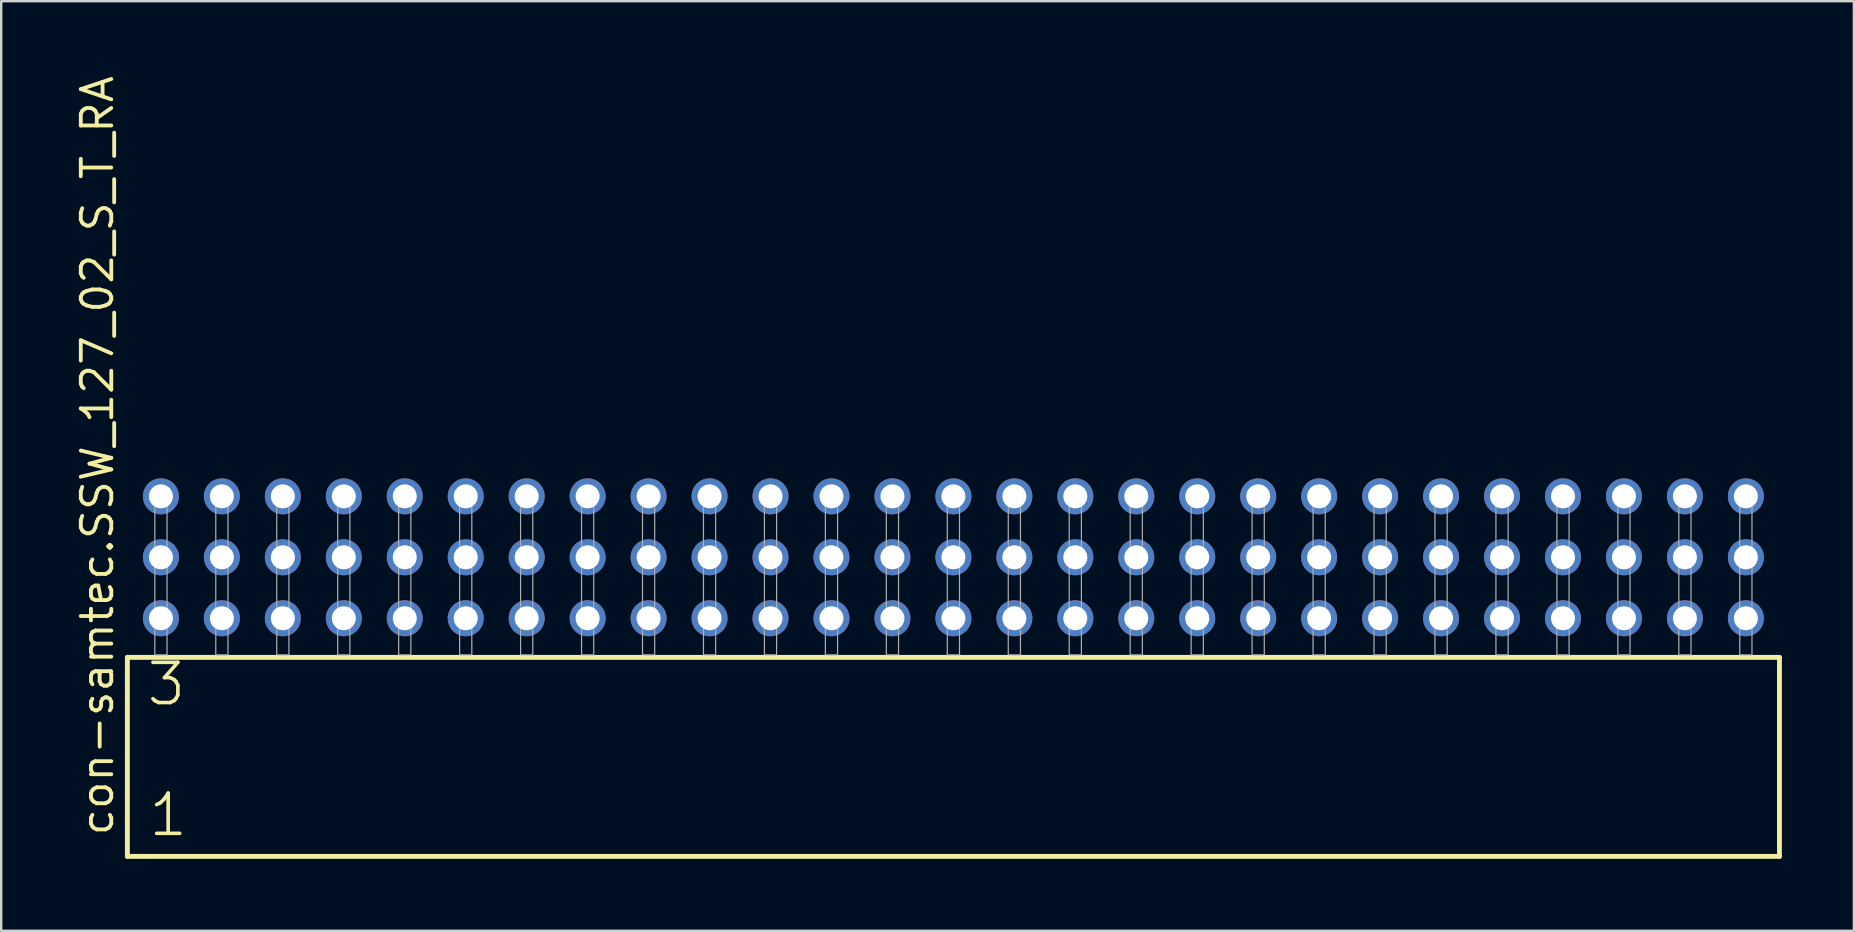
<source format=kicad_pcb>
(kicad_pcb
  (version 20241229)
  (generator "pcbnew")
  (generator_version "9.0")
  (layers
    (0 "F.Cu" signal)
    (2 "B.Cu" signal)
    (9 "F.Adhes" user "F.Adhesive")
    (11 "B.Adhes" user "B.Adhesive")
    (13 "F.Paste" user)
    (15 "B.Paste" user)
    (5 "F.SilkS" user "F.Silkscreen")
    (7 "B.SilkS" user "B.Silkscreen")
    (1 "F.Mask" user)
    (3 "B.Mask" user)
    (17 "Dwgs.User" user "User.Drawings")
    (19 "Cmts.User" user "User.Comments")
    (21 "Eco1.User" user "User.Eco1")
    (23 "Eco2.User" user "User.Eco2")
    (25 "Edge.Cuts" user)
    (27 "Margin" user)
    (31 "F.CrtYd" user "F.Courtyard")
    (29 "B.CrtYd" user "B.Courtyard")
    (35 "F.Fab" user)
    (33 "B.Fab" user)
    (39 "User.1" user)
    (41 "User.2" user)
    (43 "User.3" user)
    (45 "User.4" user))
  (footprint "con-samtec.SSW_127_02_S_T_RA"
    (layer "F.Cu")
    (at 36.675 24.235)
    (property "Reference" "con-samtec.SSW_127_02_S_T_RA" (at -34.925 7.62 90) (layer "F.SilkS") (effects (font (size 1.27 1.27) (thickness 0.16)) (justify left bottom)))
    (attr through_hole)
    (fp_line (start -34.419 0.106) (end -34.419 8.396) (stroke (width 0.203) (type default)) (layer "F.SilkS"))
    (fp_line (start -34.419 8.396) (end 34.419 8.396) (stroke (width 0.203) (type default)) (layer "F.SilkS"))
    (fp_line (start 34.419 0.106) (end -34.419 0.106) (stroke (width 0.203) (type default)) (layer "F.SilkS"))
    (fp_line (start 34.419 8.396) (end 34.419 0.106) (stroke (width 0.203) (type default)) (layer "F.SilkS"))
    (fp_rect (start -33.274 0) (end -32.766 -6.858) (stroke (width 0.05) (type default)) (fill no) (layer "F.Fab"))
    (fp_rect (start -30.734 0) (end -30.226 -6.858) (stroke (width 0.05) (type default)) (fill no) (layer "F.Fab"))
    (fp_rect (start -28.194 0) (end -27.686 -6.858) (stroke (width 0.05) (type default)) (fill no) (layer "F.Fab"))
    (fp_rect (start -25.654 0) (end -25.146 -6.858) (stroke (width 0.05) (type default)) (fill no) (layer "F.Fab"))
    (fp_rect (start -23.114 0) (end -22.606 -6.858) (stroke (width 0.05) (type default)) (fill no) (layer "F.Fab"))
    (fp_rect (start -20.574 0) (end -20.066 -6.858) (stroke (width 0.05) (type default)) (fill no) (layer "F.Fab"))
    (fp_rect (start -18.034 0) (end -17.526 -6.858) (stroke (width 0.05) (type default)) (fill no) (layer "F.Fab"))
    (fp_rect (start -15.494 0) (end -14.986 -6.858) (stroke (width 0.05) (type default)) (fill no) (layer "F.Fab"))
    (fp_rect (start -12.954 0) (end -12.446 -6.858) (stroke (width 0.05) (type default)) (fill no) (layer "F.Fab"))
    (fp_rect (start -10.414 0) (end -9.906 -6.858) (stroke (width 0.05) (type default)) (fill no) (layer "F.Fab"))
    (fp_rect (start -7.874 0) (end -7.366 -6.858) (stroke (width 0.05) (type default)) (fill no) (layer "F.Fab"))
    (fp_rect (start -5.334 0) (end -4.826 -6.858) (stroke (width 0.05) (type default)) (fill no) (layer "F.Fab"))
    (fp_rect (start -2.794 0) (end -2.286 -6.858) (stroke (width 0.05) (type default)) (fill no) (layer "F.Fab"))
    (fp_rect (start -0.254 0) (end 0.254 -6.858) (stroke (width 0.05) (type default)) (fill no) (layer "F.Fab"))
    (fp_rect (start 2.286 0) (end 2.794 -6.858) (stroke (width 0.05) (type default)) (fill no) (layer "F.Fab"))
    (fp_rect (start 4.826 0) (end 5.334 -6.858) (stroke (width 0.05) (type default)) (fill no) (layer "F.Fab"))
    (fp_rect (start 7.366 0) (end 7.874 -6.858) (stroke (width 0.05) (type default)) (fill no) (layer "F.Fab"))
    (fp_rect (start 9.906 0) (end 10.414 -6.858) (stroke (width 0.05) (type default)) (fill no) (layer "F.Fab"))
    (fp_rect (start 12.446 0) (end 12.954 -6.858) (stroke (width 0.05) (type default)) (fill no) (layer "F.Fab"))
    (fp_rect (start 14.986 0) (end 15.494 -6.858) (stroke (width 0.05) (type default)) (fill no) (layer "F.Fab"))
    (fp_rect (start 17.526 0) (end 18.034 -6.858) (stroke (width 0.05) (type default)) (fill no) (layer "F.Fab"))
    (fp_rect (start 20.066 0) (end 20.574 -6.858) (stroke (width 0.05) (type default)) (fill no) (layer "F.Fab"))
    (fp_rect (start 22.606 0) (end 23.114 -6.858) (stroke (width 0.05) (type default)) (fill no) (layer "F.Fab"))
    (fp_rect (start 25.146 0) (end 25.654 -6.858) (stroke (width 0.05) (type default)) (fill no) (layer "F.Fab"))
    (fp_rect (start 27.686 0) (end 28.194 -6.858) (stroke (width 0.05) (type default)) (fill no) (layer "F.Fab"))
    (fp_rect (start 30.226 0) (end 30.734 -6.858) (stroke (width 0.05) (type default)) (fill no) (layer "F.Fab"))
    (fp_rect (start 32.766 0) (end 33.274 -6.858) (stroke (width 0.05) (type default)) (fill no) (layer "F.Fab"))
    (fp_text user "3" (at -33.69 2.2 0) (layer "F.SilkS") (effects (font (size 1.676 1.676) (thickness 0.15)) (justify left bottom)))
    (fp_text user "1" (at -33.615 7.65 0) (layer "F.SilkS") (effects (font (size 1.676 1.676) (thickness 0.15)) (justify left bottom)))
    (pad "1" thru_hole circle (at -33.02 -1.524) (size 1.5 1.5) (drill 1) (layers "*.Cu" "*.Mask"))
    (pad "2" thru_hole circle (at -33.02 -4.064) (size 1.5 1.5) (drill 1) (layers "*.Cu" "*.Mask"))
    (pad "3" thru_hole circle (at -33.02 -6.604) (size 1.5 1.5) (drill 1) (layers "*.Cu" "*.Mask"))
    (pad "4" thru_hole circle (at -30.48 -1.524) (size 1.5 1.5) (drill 1) (layers "*.Cu" "*.Mask"))
    (pad "5" thru_hole circle (at -30.48 -4.064) (size 1.5 1.5) (drill 1) (layers "*.Cu" "*.Mask"))
    (pad "6" thru_hole circle (at -30.48 -6.604) (size 1.5 1.5) (drill 1) (layers "*.Cu" "*.Mask"))
    (pad "7" thru_hole circle (at -27.94 -1.524) (size 1.5 1.5) (drill 1) (layers "*.Cu" "*.Mask"))
    (pad "8" thru_hole circle (at -27.94 -4.064) (size 1.5 1.5) (drill 1) (layers "*.Cu" "*.Mask"))
    (pad "9" thru_hole circle (at -27.94 -6.604) (size 1.5 1.5) (drill 1) (layers "*.Cu" "*.Mask"))
    (pad "10" thru_hole circle (at -25.4 -1.524) (size 1.5 1.5) (drill 1) (layers "*.Cu" "*.Mask"))
    (pad "11" thru_hole circle (at -25.4 -4.064) (size 1.5 1.5) (drill 1) (layers "*.Cu" "*.Mask"))
    (pad "12" thru_hole circle (at -25.4 -6.604) (size 1.5 1.5) (drill 1) (layers "*.Cu" "*.Mask"))
    (pad "13" thru_hole circle (at -22.86 -1.524) (size 1.5 1.5) (drill 1) (layers "*.Cu" "*.Mask"))
    (pad "14" thru_hole circle (at -22.86 -4.064) (size 1.5 1.5) (drill 1) (layers "*.Cu" "*.Mask"))
    (pad "15" thru_hole circle (at -22.86 -6.604) (size 1.5 1.5) (drill 1) (layers "*.Cu" "*.Mask"))
    (pad "16" thru_hole circle (at -20.32 -1.524) (size 1.5 1.5) (drill 1) (layers "*.Cu" "*.Mask"))
    (pad "17" thru_hole circle (at -20.32 -4.064) (size 1.5 1.5) (drill 1) (layers "*.Cu" "*.Mask"))
    (pad "18" thru_hole circle (at -20.32 -6.604) (size 1.5 1.5) (drill 1) (layers "*.Cu" "*.Mask"))
    (pad "19" thru_hole circle (at -17.78 -1.524) (size 1.5 1.5) (drill 1) (layers "*.Cu" "*.Mask"))
    (pad "20" thru_hole circle (at -17.78 -4.064) (size 1.5 1.5) (drill 1) (layers "*.Cu" "*.Mask"))
    (pad "21" thru_hole circle (at -17.78 -6.604) (size 1.5 1.5) (drill 1) (layers "*.Cu" "*.Mask"))
    (pad "22" thru_hole circle (at -15.24 -1.524) (size 1.5 1.5) (drill 1) (layers "*.Cu" "*.Mask"))
    (pad "23" thru_hole circle (at -15.24 -4.064) (size 1.5 1.5) (drill 1) (layers "*.Cu" "*.Mask"))
    (pad "24" thru_hole circle (at -15.24 -6.604) (size 1.5 1.5) (drill 1) (layers "*.Cu" "*.Mask"))
    (pad "25" thru_hole circle (at -12.7 -1.524) (size 1.5 1.5) (drill 1) (layers "*.Cu" "*.Mask"))
    (pad "26" thru_hole circle (at -12.7 -4.064) (size 1.5 1.5) (drill 1) (layers "*.Cu" "*.Mask"))
    (pad "27" thru_hole circle (at -12.7 -6.604) (size 1.5 1.5) (drill 1) (layers "*.Cu" "*.Mask"))
    (pad "28" thru_hole circle (at -10.16 -1.524) (size 1.5 1.5) (drill 1) (layers "*.Cu" "*.Mask"))
    (pad "29" thru_hole circle (at -10.16 -4.064) (size 1.5 1.5) (drill 1) (layers "*.Cu" "*.Mask"))
    (pad "30" thru_hole circle (at -10.16 -6.604) (size 1.5 1.5) (drill 1) (layers "*.Cu" "*.Mask"))
    (pad "31" thru_hole circle (at -7.62 -1.524) (size 1.5 1.5) (drill 1) (layers "*.Cu" "*.Mask"))
    (pad "32" thru_hole circle (at -7.62 -4.064) (size 1.5 1.5) (drill 1) (layers "*.Cu" "*.Mask"))
    (pad "33" thru_hole circle (at -7.62 -6.604) (size 1.5 1.5) (drill 1) (layers "*.Cu" "*.Mask"))
    (pad "34" thru_hole circle (at -5.08 -1.524) (size 1.5 1.5) (drill 1) (layers "*.Cu" "*.Mask"))
    (pad "35" thru_hole circle (at -5.08 -4.064) (size 1.5 1.5) (drill 1) (layers "*.Cu" "*.Mask"))
    (pad "36" thru_hole circle (at -5.08 -6.604) (size 1.5 1.5) (drill 1) (layers "*.Cu" "*.Mask"))
    (pad "37" thru_hole circle (at -2.54 -1.524) (size 1.5 1.5) (drill 1) (layers "*.Cu" "*.Mask"))
    (pad "38" thru_hole circle (at -2.54 -4.064) (size 1.5 1.5) (drill 1) (layers "*.Cu" "*.Mask"))
    (pad "39" thru_hole circle (at -2.54 -6.604) (size 1.5 1.5) (drill 1) (layers "*.Cu" "*.Mask"))
    (pad "40" thru_hole circle (at 0 -1.524) (size 1.5 1.5) (drill 1) (layers "*.Cu" "*.Mask"))
    (pad "41" thru_hole circle (at 0 -4.064) (size 1.5 1.5) (drill 1) (layers "*.Cu" "*.Mask"))
    (pad "42" thru_hole circle (at 0 -6.604) (size 1.5 1.5) (drill 1) (layers "*.Cu" "*.Mask"))
    (pad "43" thru_hole circle (at 2.54 -1.524) (size 1.5 1.5) (drill 1) (layers "*.Cu" "*.Mask"))
    (pad "44" thru_hole circle (at 2.54 -4.064) (size 1.5 1.5) (drill 1) (layers "*.Cu" "*.Mask"))
    (pad "45" thru_hole circle (at 2.54 -6.604) (size 1.5 1.5) (drill 1) (layers "*.Cu" "*.Mask"))
    (pad "46" thru_hole circle (at 5.08 -1.524) (size 1.5 1.5) (drill 1) (layers "*.Cu" "*.Mask"))
    (pad "47" thru_hole circle (at 5.08 -4.064) (size 1.5 1.5) (drill 1) (layers "*.Cu" "*.Mask"))
    (pad "48" thru_hole circle (at 5.08 -6.604) (size 1.5 1.5) (drill 1) (layers "*.Cu" "*.Mask"))
    (pad "49" thru_hole circle (at 7.62 -1.524) (size 1.5 1.5) (drill 1) (layers "*.Cu" "*.Mask"))
    (pad "50" thru_hole circle (at 7.62 -4.064) (size 1.5 1.5) (drill 1) (layers "*.Cu" "*.Mask"))
    (pad "51" thru_hole circle (at 7.62 -6.604) (size 1.5 1.5) (drill 1) (layers "*.Cu" "*.Mask"))
    (pad "52" thru_hole circle (at 10.16 -1.524) (size 1.5 1.5) (drill 1) (layers "*.Cu" "*.Mask"))
    (pad "53" thru_hole circle (at 10.16 -4.064) (size 1.5 1.5) (drill 1) (layers "*.Cu" "*.Mask"))
    (pad "54" thru_hole circle (at 10.16 -6.604) (size 1.5 1.5) (drill 1) (layers "*.Cu" "*.Mask"))
    (pad "55" thru_hole circle (at 12.7 -1.524) (size 1.5 1.5) (drill 1) (layers "*.Cu" "*.Mask"))
    (pad "56" thru_hole circle (at 12.7 -4.064) (size 1.5 1.5) (drill 1) (layers "*.Cu" "*.Mask"))
    (pad "57" thru_hole circle (at 12.7 -6.604) (size 1.5 1.5) (drill 1) (layers "*.Cu" "*.Mask"))
    (pad "58" thru_hole circle (at 15.24 -1.524) (size 1.5 1.5) (drill 1) (layers "*.Cu" "*.Mask"))
    (pad "59" thru_hole circle (at 15.24 -4.064) (size 1.5 1.5) (drill 1) (layers "*.Cu" "*.Mask"))
    (pad "60" thru_hole circle (at 15.24 -6.604) (size 1.5 1.5) (drill 1) (layers "*.Cu" "*.Mask"))
    (pad "61" thru_hole circle (at 17.78 -1.524) (size 1.5 1.5) (drill 1) (layers "*.Cu" "*.Mask"))
    (pad "62" thru_hole circle (at 17.78 -4.064) (size 1.5 1.5) (drill 1) (layers "*.Cu" "*.Mask"))
    (pad "63" thru_hole circle (at 17.78 -6.604) (size 1.5 1.5) (drill 1) (layers "*.Cu" "*.Mask"))
    (pad "64" thru_hole circle (at 20.32 -1.524) (size 1.5 1.5) (drill 1) (layers "*.Cu" "*.Mask"))
    (pad "65" thru_hole circle (at 20.32 -4.064) (size 1.5 1.5) (drill 1) (layers "*.Cu" "*.Mask"))
    (pad "66" thru_hole circle (at 20.32 -6.604) (size 1.5 1.5) (drill 1) (layers "*.Cu" "*.Mask"))
    (pad "67" thru_hole circle (at 22.86 -1.524) (size 1.5 1.5) (drill 1) (layers "*.Cu" "*.Mask"))
    (pad "68" thru_hole circle (at 22.86 -4.064) (size 1.5 1.5) (drill 1) (layers "*.Cu" "*.Mask"))
    (pad "69" thru_hole circle (at 22.86 -6.604) (size 1.5 1.5) (drill 1) (layers "*.Cu" "*.Mask"))
    (pad "70" thru_hole circle (at 25.4 -1.524) (size 1.5 1.5) (drill 1) (layers "*.Cu" "*.Mask"))
    (pad "71" thru_hole circle (at 25.4 -4.064) (size 1.5 1.5) (drill 1) (layers "*.Cu" "*.Mask"))
    (pad "72" thru_hole circle (at 25.4 -6.604) (size 1.5 1.5) (drill 1) (layers "*.Cu" "*.Mask"))
    (pad "73" thru_hole circle (at 27.94 -1.524) (size 1.5 1.5) (drill 1) (layers "*.Cu" "*.Mask"))
    (pad "74" thru_hole circle (at 27.94 -4.064) (size 1.5 1.5) (drill 1) (layers "*.Cu" "*.Mask"))
    (pad "75" thru_hole circle (at 27.94 -6.604) (size 1.5 1.5) (drill 1) (layers "*.Cu" "*.Mask"))
    (pad "76" thru_hole circle (at 30.48 -1.524) (size 1.5 1.5) (drill 1) (layers "*.Cu" "*.Mask"))
    (pad "77" thru_hole circle (at 30.48 -4.064) (size 1.5 1.5) (drill 1) (layers "*.Cu" "*.Mask"))
    (pad "78" thru_hole circle (at 30.48 -6.604) (size 1.5 1.5) (drill 1) (layers "*.Cu" "*.Mask"))
    (pad "79" thru_hole circle (at 33.02 -1.524) (size 1.5 1.5) (drill 1) (layers "*.Cu" "*.Mask"))
    (pad "80" thru_hole circle (at 33.02 -4.064) (size 1.5 1.5) (drill 1) (layers "*.Cu" "*.Mask"))
    (pad "81" thru_hole circle (at 33.02 -6.604) (size 1.5 1.5) (drill 1) (layers "*.Cu" "*.Mask")))
  (gr_rect
    (start -3 -3)
    (end 74.196 35.733)
    (stroke (width 0.1) (type default))
    (fill no)
    (layer "Edge.Cuts")))
</source>
